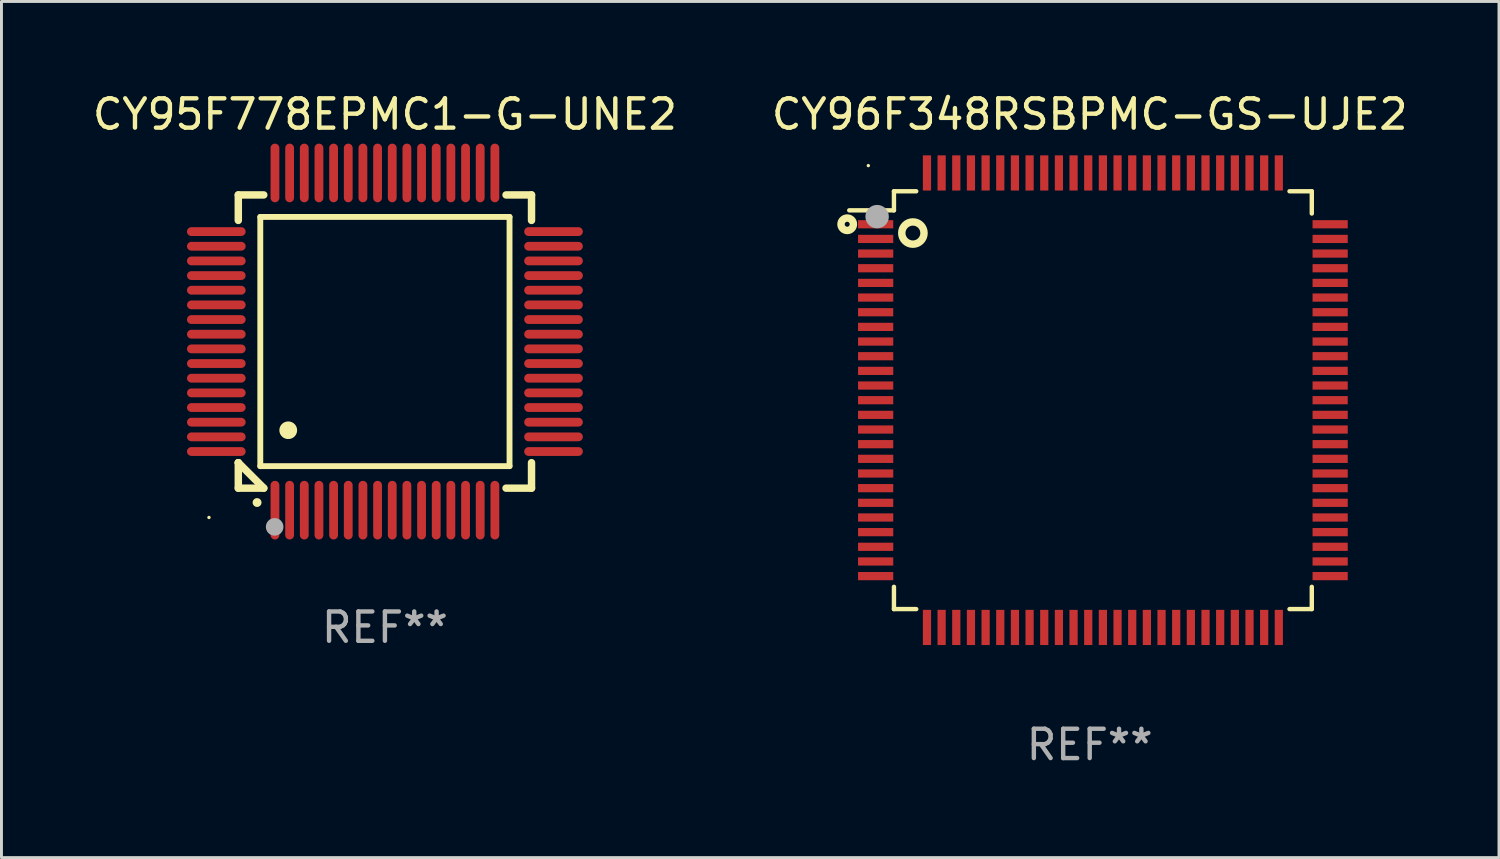
<source format=kicad_pcb>
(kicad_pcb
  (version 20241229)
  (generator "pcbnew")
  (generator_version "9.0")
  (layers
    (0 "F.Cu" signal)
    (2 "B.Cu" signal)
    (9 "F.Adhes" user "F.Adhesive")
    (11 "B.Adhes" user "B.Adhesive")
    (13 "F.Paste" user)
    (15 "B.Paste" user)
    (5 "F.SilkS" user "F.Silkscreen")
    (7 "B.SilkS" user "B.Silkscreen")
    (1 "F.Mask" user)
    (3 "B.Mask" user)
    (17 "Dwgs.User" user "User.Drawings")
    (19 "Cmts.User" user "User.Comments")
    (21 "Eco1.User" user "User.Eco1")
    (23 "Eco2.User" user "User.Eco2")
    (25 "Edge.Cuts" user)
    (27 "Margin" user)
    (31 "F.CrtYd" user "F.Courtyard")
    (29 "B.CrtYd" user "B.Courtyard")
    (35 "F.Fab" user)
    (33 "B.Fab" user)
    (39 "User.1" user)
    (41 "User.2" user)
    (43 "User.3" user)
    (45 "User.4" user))
  (footprint "CY95F778EPMC1-G-UNE2"
    (layer "F.Cu")
    (at 10.077 8.598)
    (property "Reference" "CY95F778EPMC1-G-UNE2" (at 0 -7.75 0) (layer "F.SilkS") (effects (font (size 1 1) (thickness 0.15))))
    (attr through_hole)
    (fp_line (start -5 -5) (end -4.131 -5) (stroke (width 0.254) (type solid)) (layer "F.SilkS"))
    (fp_line (start -5 -4.131) (end -5 -5) (stroke (width 0.254) (type solid)) (layer "F.SilkS"))
    (fp_line (start -5 4.131) (end -5 4.131) (stroke (width 0.254) (type solid)) (layer "F.SilkS"))
    (fp_line (start -5 5) (end -5 4.131) (stroke (width 0.254) (type solid)) (layer "F.SilkS"))
    (fp_line (start -5 4.131) (end -4.131 5) (stroke (width 0.254) (type solid)) (layer "F.SilkS"))
    (fp_line (start -4.25 -4.25) (end -4.25 4.25) (stroke (width 0.2) (type solid)) (layer "F.SilkS"))
    (fp_line (start -4.25 4.25) (end 4.25 4.25) (stroke (width 0.2) (type solid)) (layer "F.SilkS"))
    (fp_line (start -4.131 5) (end -5 5) (stroke (width 0.254) (type solid)) (layer "F.SilkS"))
    (fp_line (start 4.25 -4.25) (end -4.25 -4.25) (stroke (width 0.2) (type solid)) (layer "F.SilkS"))
    (fp_line (start 4.25 4.25) (end 4.25 -4.25) (stroke (width 0.2) (type solid)) (layer "F.SilkS"))
    (fp_line (start 5 -5) (end 4.131 -5) (stroke (width 0.254) (type solid)) (layer "F.SilkS"))
    (fp_line (start 5 -5) (end 5 -4.131) (stroke (width 0.254) (type solid)) (layer "F.SilkS"))
    (fp_line (start 5 4.131) (end 5 5) (stroke (width 0.254) (type solid)) (layer "F.SilkS"))
    (fp_line (start 5 5) (end 4.131 5) (stroke (width 0.254) (type solid)) (layer "F.SilkS"))
    (fp_arc (start -4.361265 5.489992) (mid -4.359995 5.489987) (end -4.358725 5.489992) (stroke (width 0.3) (type solid)) (layer "F.SilkS"))
    (fp_arc (start -3.299467 3.025146) (mid -3.296927 3.025135) (end -3.294387 3.025146) (stroke (width 0.6) (type solid)) (layer "F.SilkS"))
    (fp_circle (center -6 6) (end -5.97 6) (stroke (width 0.06) (type solid)) (fill no) (layer "F.SilkS"))
    (fp_circle (center -3.76 6.32) (end -3.61 6.32) (stroke (width 0.3) (type solid)) (fill no) (layer "F.Fab"))
    (fp_text user "REF**" (at 0 9.75 0) (layer "F.Fab") (effects (font (size 1 1) (thickness 0.15))))
    (pad "1" smd oval (at -3.75 5.75) (size 0.3 2) (layers "F.Cu" "F.Mask" "F.Paste"))
    (pad "2" smd oval (at -3.25 5.75) (size 0.3 2) (layers "F.Cu" "F.Mask" "F.Paste"))
    (pad "3" smd oval (at -2.75 5.75) (size 0.3 2) (layers "F.Cu" "F.Mask" "F.Paste"))
    (pad "4" smd oval (at -2.25 5.75) (size 0.3 2) (layers "F.Cu" "F.Mask" "F.Paste"))
    (pad "5" smd oval (at -1.75 5.75) (size 0.3 2) (layers "F.Cu" "F.Mask" "F.Paste"))
    (pad "6" smd oval (at -1.25 5.75) (size 0.3 2) (layers "F.Cu" "F.Mask" "F.Paste"))
    (pad "7" smd oval (at -0.75 5.75) (size 0.3 2) (layers "F.Cu" "F.Mask" "F.Paste"))
    (pad "8" smd oval (at -0.25 5.75) (size 0.3 2) (layers "F.Cu" "F.Mask" "F.Paste"))
    (pad "9" smd oval (at 0.25 5.75) (size 0.3 2) (layers "F.Cu" "F.Mask" "F.Paste"))
    (pad "10" smd oval (at 0.75 5.75) (size 0.3 2) (layers "F.Cu" "F.Mask" "F.Paste"))
    (pad "11" smd oval (at 1.25 5.75) (size 0.3 2) (layers "F.Cu" "F.Mask" "F.Paste"))
    (pad "12" smd oval (at 1.75 5.75) (size 0.3 2) (layers "F.Cu" "F.Mask" "F.Paste"))
    (pad "13" smd oval (at 2.25 5.75) (size 0.3 2) (layers "F.Cu" "F.Mask" "F.Paste"))
    (pad "14" smd oval (at 2.75 5.75) (size 0.3 2) (layers "F.Cu" "F.Mask" "F.Paste"))
    (pad "15" smd oval (at 3.25 5.75) (size 0.3 2) (layers "F.Cu" "F.Mask" "F.Paste"))
    (pad "16" smd oval (at 3.75 5.75) (size 0.3 2) (layers "F.Cu" "F.Mask" "F.Paste"))
    (pad "17" smd oval (at 5.75 3.75) (size 2 0.3) (layers "F.Cu" "F.Mask" "F.Paste"))
    (pad "18" smd oval (at 5.75 3.25) (size 2 0.3) (layers "F.Cu" "F.Mask" "F.Paste"))
    (pad "19" smd oval (at 5.75 2.75) (size 2 0.3) (layers "F.Cu" "F.Mask" "F.Paste"))
    (pad "20" smd oval (at 5.75 2.25) (size 2 0.3) (layers "F.Cu" "F.Mask" "F.Paste"))
    (pad "21" smd oval (at 5.75 1.75) (size 2 0.3) (layers "F.Cu" "F.Mask" "F.Paste"))
    (pad "22" smd oval (at 5.75 1.25) (size 2 0.3) (layers "F.Cu" "F.Mask" "F.Paste"))
    (pad "23" smd oval (at 5.75 0.75) (size 2 0.3) (layers "F.Cu" "F.Mask" "F.Paste"))
    (pad "24" smd oval (at 5.75 0.25) (size 2 0.3) (layers "F.Cu" "F.Mask" "F.Paste"))
    (pad "25" smd oval (at 5.75 -0.25) (size 2 0.3) (layers "F.Cu" "F.Mask" "F.Paste"))
    (pad "26" smd oval (at 5.75 -0.75) (size 2 0.3) (layers "F.Cu" "F.Mask" "F.Paste"))
    (pad "27" smd oval (at 5.75 -1.25) (size 2 0.3) (layers "F.Cu" "F.Mask" "F.Paste"))
    (pad "28" smd oval (at 5.75 -1.75) (size 2 0.3) (layers "F.Cu" "F.Mask" "F.Paste"))
    (pad "29" smd oval (at 5.75 -2.25) (size 2 0.3) (layers "F.Cu" "F.Mask" "F.Paste"))
    (pad "30" smd oval (at 5.75 -2.75) (size 2 0.3) (layers "F.Cu" "F.Mask" "F.Paste"))
    (pad "31" smd oval (at 5.75 -3.25) (size 2 0.3) (layers "F.Cu" "F.Mask" "F.Paste"))
    (pad "32" smd oval (at 5.75 -3.75) (size 2 0.3) (layers "F.Cu" "F.Mask" "F.Paste"))
    (pad "33" smd oval (at 3.75 -5.75) (size 0.3 2) (layers "F.Cu" "F.Mask" "F.Paste"))
    (pad "34" smd oval (at 3.25 -5.75) (size 0.3 2) (layers "F.Cu" "F.Mask" "F.Paste"))
    (pad "35" smd oval (at 2.75 -5.75) (size 0.3 2) (layers "F.Cu" "F.Mask" "F.Paste"))
    (pad "36" smd oval (at 2.25 -5.75) (size 0.3 2) (layers "F.Cu" "F.Mask" "F.Paste"))
    (pad "37" smd oval (at 1.75 -5.75) (size 0.3 2) (layers "F.Cu" "F.Mask" "F.Paste"))
    (pad "38" smd oval (at 1.25 -5.75) (size 0.3 2) (layers "F.Cu" "F.Mask" "F.Paste"))
    (pad "39" smd oval (at 0.75 -5.75) (size 0.3 2) (layers "F.Cu" "F.Mask" "F.Paste"))
    (pad "40" smd oval (at 0.25 -5.75) (size 0.3 2) (layers "F.Cu" "F.Mask" "F.Paste"))
    (pad "41" smd oval (at -0.25 -5.75) (size 0.3 2) (layers "F.Cu" "F.Mask" "F.Paste"))
    (pad "42" smd oval (at -0.75 -5.75) (size 0.3 2) (layers "F.Cu" "F.Mask" "F.Paste"))
    (pad "43" smd oval (at -1.25 -5.75) (size 0.3 2) (layers "F.Cu" "F.Mask" "F.Paste"))
    (pad "44" smd oval (at -1.75 -5.75) (size 0.3 2) (layers "F.Cu" "F.Mask" "F.Paste"))
    (pad "45" smd oval (at -2.25 -5.75) (size 0.3 2) (layers "F.Cu" "F.Mask" "F.Paste"))
    (pad "46" smd oval (at -2.75 -5.75) (size 0.3 2) (layers "F.Cu" "F.Mask" "F.Paste"))
    (pad "47" smd oval (at -3.25 -5.75) (size 0.3 2) (layers "F.Cu" "F.Mask" "F.Paste"))
    (pad "48" smd oval (at -3.75 -5.75) (size 0.3 2) (layers "F.Cu" "F.Mask" "F.Paste"))
    (pad "49" smd oval (at -5.75 -3.75) (size 2 0.3) (layers "F.Cu" "F.Mask" "F.Paste"))
    (pad "50" smd oval (at -5.75 -3.25) (size 2 0.3) (layers "F.Cu" "F.Mask" "F.Paste"))
    (pad "51" smd oval (at -5.75 -2.75) (size 2 0.3) (layers "F.Cu" "F.Mask" "F.Paste"))
    (pad "52" smd oval (at -5.75 -2.25) (size 2 0.3) (layers "F.Cu" "F.Mask" "F.Paste"))
    (pad "53" smd oval (at -5.75 -1.75) (size 2 0.3) (layers "F.Cu" "F.Mask" "F.Paste"))
    (pad "54" smd oval (at -5.75 -1.25) (size 2 0.3) (layers "F.Cu" "F.Mask" "F.Paste"))
    (pad "55" smd oval (at -5.75 -0.75) (size 2 0.3) (layers "F.Cu" "F.Mask" "F.Paste"))
    (pad "56" smd oval (at -5.75 -0.25) (size 2 0.3) (layers "F.Cu" "F.Mask" "F.Paste"))
    (pad "57" smd oval (at -5.75 0.25) (size 2 0.3) (layers "F.Cu" "F.Mask" "F.Paste"))
    (pad "58" smd oval (at -5.75 0.75) (size 2 0.3) (layers "F.Cu" "F.Mask" "F.Paste"))
    (pad "59" smd oval (at -5.75 1.25) (size 2 0.3) (layers "F.Cu" "F.Mask" "F.Paste"))
    (pad "60" smd oval (at -5.75 1.75) (size 2 0.3) (layers "F.Cu" "F.Mask" "F.Paste"))
    (pad "61" smd oval (at -5.75 2.25) (size 2 0.3) (layers "F.Cu" "F.Mask" "F.Paste"))
    (pad "62" smd oval (at -5.75 2.75) (size 2 0.3) (layers "F.Cu" "F.Mask" "F.Paste"))
    (pad "63" smd oval (at -5.75 3.25) (size 2 0.3) (layers "F.Cu" "F.Mask" "F.Paste"))
    (pad "64" smd oval (at -5.75 3.75) (size 2 0.3) (layers "F.Cu" "F.Mask" "F.Paste")))
  (footprint "CY96F348RSBPMC-GS-UJE2"
    (layer "F.Cu")
    (at 34.113 10.598)
    (property "Reference" "CY96F348RSBPMC-GS-UJE2" (at 0 -9.75 0) (layer "F.SilkS") (effects (font (size 1 1) (thickness 0.15))))
    (attr through_hole)
    (fp_line (start -6.676 -7.125) (end -6.676 -6.475) (stroke (width 0.15) (type solid)) (layer "F.SilkS"))
    (fp_line (start -6.676 -6.475) (end -8.2 -6.475) (stroke (width 0.15) (type solid)) (layer "F.SilkS"))
    (fp_line (start -6.676 7.124) (end -6.676 6.365) (stroke (width 0.15) (type solid)) (layer "F.SilkS"))
    (fp_line (start -5.916 -7.125) (end -6.676 -7.125) (stroke (width 0.15) (type solid)) (layer "F.SilkS"))
    (fp_line (start -5.916 7.124) (end -6.676 7.124) (stroke (width 0.15) (type solid)) (layer "F.SilkS"))
    (fp_line (start 6.814 -7.125) (end 7.574 -7.125) (stroke (width 0.15) (type solid)) (layer "F.SilkS"))
    (fp_line (start 6.814 7.124) (end 7.574 7.124) (stroke (width 0.15) (type solid)) (layer "F.SilkS"))
    (fp_line (start 7.574 -7.125) (end 7.574 -6.366) (stroke (width 0.15) (type solid)) (layer "F.SilkS"))
    (fp_line (start 7.574 7.124) (end 7.574 6.365) (stroke (width 0.15) (type solid)) (layer "F.SilkS"))
    (fp_circle (center -8.27 -6) (end -8.185 -6) (stroke (width 0.254) (type solid)) (fill no) (layer "F.SilkS"))
    (fp_circle (center -7.55 -8) (end -7.52 -8) (stroke (width 0.06) (type solid)) (fill no) (layer "F.SilkS"))
    (fp_circle (center -6.03 -5.7) (end -5.65 -5.7) (stroke (width 0.254) (type solid)) (fill no) (layer "F.SilkS"))
    (fp_circle (center -7.25 -6.26) (end -7.05 -6.26) (stroke (width 0.4) (type solid)) (fill no) (layer "F.Fab"))
    (fp_text user "REF**" (at 0 11.75 0) (layer "F.Fab") (effects (font (size 1 1) (thickness 0.15))))
    (pad "1" smd rect (at -7.3 -6) (size 1.2 0.28) (layers "F.Cu" "F.Mask" "F.Paste"))
    (pad "2" smd rect (at -7.3 -5.5) (size 1.2 0.28) (layers "F.Cu" "F.Mask" "F.Paste"))
    (pad "3" smd rect (at -7.3 -5) (size 1.2 0.28) (layers "F.Cu" "F.Mask" "F.Paste"))
    (pad "4" smd rect (at -7.3 -4.5) (size 1.2 0.28) (layers "F.Cu" "F.Mask" "F.Paste"))
    (pad "5" smd rect (at -7.3 -4) (size 1.2 0.28) (layers "F.Cu" "F.Mask" "F.Paste"))
    (pad "6" smd rect (at -7.3 -3.5) (size 1.2 0.28) (layers "F.Cu" "F.Mask" "F.Paste"))
    (pad "7" smd rect (at -7.3 -3) (size 1.2 0.28) (layers "F.Cu" "F.Mask" "F.Paste"))
    (pad "8" smd rect (at -7.3 -2.5) (size 1.2 0.28) (layers "F.Cu" "F.Mask" "F.Paste"))
    (pad "9" smd rect (at -7.3 -2) (size 1.2 0.28) (layers "F.Cu" "F.Mask" "F.Paste"))
    (pad "10" smd rect (at -7.3 -1.5) (size 1.2 0.28) (layers "F.Cu" "F.Mask" "F.Paste"))
    (pad "11" smd rect (at -7.3 -1) (size 1.2 0.28) (layers "F.Cu" "F.Mask" "F.Paste"))
    (pad "12" smd rect (at -7.3 -0.5) (size 1.2 0.28) (layers "F.Cu" "F.Mask" "F.Paste"))
    (pad "13" smd rect (at -7.3 0) (size 1.2 0.28) (layers "F.Cu" "F.Mask" "F.Paste"))
    (pad "14" smd rect (at -7.3 0.5) (size 1.2 0.28) (layers "F.Cu" "F.Mask" "F.Paste"))
    (pad "15" smd rect (at -7.3 1) (size 1.2 0.28) (layers "F.Cu" "F.Mask" "F.Paste"))
    (pad "16" smd rect (at -7.3 1.5) (size 1.2 0.28) (layers "F.Cu" "F.Mask" "F.Paste"))
    (pad "17" smd rect (at -7.3 2) (size 1.2 0.28) (layers "F.Cu" "F.Mask" "F.Paste"))
    (pad "18" smd rect (at -7.3 2.5) (size 1.2 0.28) (layers "F.Cu" "F.Mask" "F.Paste"))
    (pad "19" smd rect (at -7.3 3) (size 1.2 0.28) (layers "F.Cu" "F.Mask" "F.Paste"))
    (pad "20" smd rect (at -7.3 3.5) (size 1.2 0.28) (layers "F.Cu" "F.Mask" "F.Paste"))
    (pad "21" smd rect (at -7.3 4) (size 1.2 0.28) (layers "F.Cu" "F.Mask" "F.Paste"))
    (pad "22" smd rect (at -7.3 4.5) (size 1.2 0.28) (layers "F.Cu" "F.Mask" "F.Paste"))
    (pad "23" smd rect (at -7.3 5) (size 1.2 0.28) (layers "F.Cu" "F.Mask" "F.Paste"))
    (pad "24" smd rect (at -7.3 5.5) (size 1.2 0.28) (layers "F.Cu" "F.Mask" "F.Paste"))
    (pad "25" smd rect (at -7.3 6) (size 1.2 0.28) (layers "F.Cu" "F.Mask" "F.Paste"))
    (pad "26" smd rect (at -5.55 7.75) (size 0.28 1.2) (layers "F.Cu" "F.Mask" "F.Paste"))
    (pad "27" smd rect (at -5.05 7.75) (size 0.28 1.2) (layers "F.Cu" "F.Mask" "F.Paste"))
    (pad "28" smd rect (at -4.55 7.75) (size 0.28 1.2) (layers "F.Cu" "F.Mask" "F.Paste"))
    (pad "29" smd rect (at -4.05 7.75) (size 0.28 1.2) (layers "F.Cu" "F.Mask" "F.Paste"))
    (pad "30" smd rect (at -3.55 7.75) (size 0.28 1.2) (layers "F.Cu" "F.Mask" "F.Paste"))
    (pad "31" smd rect (at -3.05 7.75) (size 0.28 1.2) (layers "F.Cu" "F.Mask" "F.Paste"))
    (pad "32" smd rect (at -2.55 7.75) (size 0.28 1.2) (layers "F.Cu" "F.Mask" "F.Paste"))
    (pad "33" smd rect (at -2.05 7.75) (size 0.28 1.2) (layers "F.Cu" "F.Mask" "F.Paste"))
    (pad "34" smd rect (at -1.55 7.75) (size 0.28 1.2) (layers "F.Cu" "F.Mask" "F.Paste"))
    (pad "35" smd rect (at -1.05 7.75) (size 0.28 1.2) (layers "F.Cu" "F.Mask" "F.Paste"))
    (pad "36" smd rect (at -0.55 7.75) (size 0.28 1.2) (layers "F.Cu" "F.Mask" "F.Paste"))
    (pad "37" smd rect (at -0.05 7.75) (size 0.28 1.2) (layers "F.Cu" "F.Mask" "F.Paste"))
    (pad "38" smd rect (at 0.45 7.75) (size 0.28 1.2) (layers "F.Cu" "F.Mask" "F.Paste"))
    (pad "39" smd rect (at 0.95 7.75) (size 0.28 1.2) (layers "F.Cu" "F.Mask" "F.Paste"))
    (pad "40" smd rect (at 1.45 7.75) (size 0.28 1.2) (layers "F.Cu" "F.Mask" "F.Paste"))
    (pad "41" smd rect (at 1.95 7.75) (size 0.28 1.2) (layers "F.Cu" "F.Mask" "F.Paste"))
    (pad "42" smd rect (at 2.45 7.75) (size 0.28 1.2) (layers "F.Cu" "F.Mask" "F.Paste"))
    (pad "43" smd rect (at 2.95 7.75) (size 0.28 1.2) (layers "F.Cu" "F.Mask" "F.Paste"))
    (pad "44" smd rect (at 3.45 7.75) (size 0.28 1.2) (layers "F.Cu" "F.Mask" "F.Paste"))
    (pad "45" smd rect (at 3.95 7.75) (size 0.28 1.2) (layers "F.Cu" "F.Mask" "F.Paste"))
    (pad "46" smd rect (at 4.45 7.75) (size 0.28 1.2) (layers "F.Cu" "F.Mask" "F.Paste"))
    (pad "47" smd rect (at 4.95 7.75) (size 0.28 1.2) (layers "F.Cu" "F.Mask" "F.Paste"))
    (pad "48" smd rect (at 5.45 7.75) (size 0.28 1.2) (layers "F.Cu" "F.Mask" "F.Paste"))
    (pad "49" smd rect (at 5.95 7.75) (size 0.28 1.2) (layers "F.Cu" "F.Mask" "F.Paste"))
    (pad "50" smd rect (at 6.45 7.75) (size 0.28 1.2) (layers "F.Cu" "F.Mask" "F.Paste"))
    (pad "51" smd rect (at 8.2 6) (size 1.2 0.28) (layers "F.Cu" "F.Mask" "F.Paste"))
    (pad "52" smd rect (at 8.2 5.5) (size 1.2 0.28) (layers "F.Cu" "F.Mask" "F.Paste"))
    (pad "53" smd rect (at 8.2 5) (size 1.2 0.28) (layers "F.Cu" "F.Mask" "F.Paste"))
    (pad "54" smd rect (at 8.2 4.5) (size 1.2 0.28) (layers "F.Cu" "F.Mask" "F.Paste"))
    (pad "55" smd rect (at 8.2 4) (size 1.2 0.28) (layers "F.Cu" "F.Mask" "F.Paste"))
    (pad "56" smd rect (at 8.2 3.5) (size 1.2 0.28) (layers "F.Cu" "F.Mask" "F.Paste"))
    (pad "57" smd rect (at 8.2 3) (size 1.2 0.28) (layers "F.Cu" "F.Mask" "F.Paste"))
    (pad "58" smd rect (at 8.2 2.5) (size 1.2 0.28) (layers "F.Cu" "F.Mask" "F.Paste"))
    (pad "59" smd rect (at 8.2 2) (size 1.2 0.28) (layers "F.Cu" "F.Mask" "F.Paste"))
    (pad "60" smd rect (at 8.2 1.5) (size 1.2 0.28) (layers "F.Cu" "F.Mask" "F.Paste"))
    (pad "61" smd rect (at 8.2 1) (size 1.2 0.28) (layers "F.Cu" "F.Mask" "F.Paste"))
    (pad "62" smd rect (at 8.2 0.5) (size 1.2 0.28) (layers "F.Cu" "F.Mask" "F.Paste"))
    (pad "63" smd rect (at 8.2 0) (size 1.2 0.28) (layers "F.Cu" "F.Mask" "F.Paste"))
    (pad "64" smd rect (at 8.2 -0.5) (size 1.2 0.28) (layers "F.Cu" "F.Mask" "F.Paste"))
    (pad "65" smd rect (at 8.2 -1) (size 1.2 0.28) (layers "F.Cu" "F.Mask" "F.Paste"))
    (pad "66" smd rect (at 8.2 -1.5) (size 1.2 0.28) (layers "F.Cu" "F.Mask" "F.Paste"))
    (pad "67" smd rect (at 8.2 -2) (size 1.2 0.28) (layers "F.Cu" "F.Mask" "F.Paste"))
    (pad "68" smd rect (at 8.2 -2.5) (size 1.2 0.28) (layers "F.Cu" "F.Mask" "F.Paste"))
    (pad "69" smd rect (at 8.2 -3) (size 1.2 0.28) (layers "F.Cu" "F.Mask" "F.Paste"))
    (pad "70" smd rect (at 8.2 -3.5) (size 1.2 0.28) (layers "F.Cu" "F.Mask" "F.Paste"))
    (pad "71" smd rect (at 8.2 -4) (size 1.2 0.28) (layers "F.Cu" "F.Mask" "F.Paste"))
    (pad "72" smd rect (at 8.2 -4.5) (size 1.2 0.28) (layers "F.Cu" "F.Mask" "F.Paste"))
    (pad "73" smd rect (at 8.2 -5) (size 1.2 0.28) (layers "F.Cu" "F.Mask" "F.Paste"))
    (pad "74" smd rect (at 8.2 -5.5) (size 1.2 0.28) (layers "F.Cu" "F.Mask" "F.Paste"))
    (pad "75" smd rect (at 8.2 -6) (size 1.2 0.28) (layers "F.Cu" "F.Mask" "F.Paste"))
    (pad "76" smd rect (at 6.45 -7.75) (size 0.28 1.2) (layers "F.Cu" "F.Mask" "F.Paste"))
    (pad "77" smd rect (at 5.95 -7.75) (size 0.28 1.2) (layers "F.Cu" "F.Mask" "F.Paste"))
    (pad "78" smd rect (at 5.45 -7.75) (size 0.28 1.2) (layers "F.Cu" "F.Mask" "F.Paste"))
    (pad "79" smd rect (at 4.95 -7.75) (size 0.28 1.2) (layers "F.Cu" "F.Mask" "F.Paste"))
    (pad "80" smd rect (at 4.45 -7.75) (size 0.28 1.2) (layers "F.Cu" "F.Mask" "F.Paste"))
    (pad "81" smd rect (at 3.95 -7.75) (size 0.28 1.2) (layers "F.Cu" "F.Mask" "F.Paste"))
    (pad "82" smd rect (at 3.45 -7.75) (size 0.28 1.2) (layers "F.Cu" "F.Mask" "F.Paste"))
    (pad "83" smd rect (at 2.95 -7.75) (size 0.28 1.2) (layers "F.Cu" "F.Mask" "F.Paste"))
    (pad "84" smd rect (at 2.45 -7.75) (size 0.28 1.2) (layers "F.Cu" "F.Mask" "F.Paste"))
    (pad "85" smd rect (at 1.95 -7.75) (size 0.28 1.2) (layers "F.Cu" "F.Mask" "F.Paste"))
    (pad "86" smd rect (at 1.45 -7.75) (size 0.28 1.2) (layers "F.Cu" "F.Mask" "F.Paste"))
    (pad "87" smd rect (at 0.95 -7.75) (size 0.28 1.2) (layers "F.Cu" "F.Mask" "F.Paste"))
    (pad "88" smd rect (at 0.45 -7.75) (size 0.28 1.2) (layers "F.Cu" "F.Mask" "F.Paste"))
    (pad "89" smd rect (at -0.05 -7.75) (size 0.28 1.2) (layers "F.Cu" "F.Mask" "F.Paste"))
    (pad "90" smd rect (at -0.55 -7.75) (size 0.28 1.2) (layers "F.Cu" "F.Mask" "F.Paste"))
    (pad "91" smd rect (at -1.05 -7.75) (size 0.28 1.2) (layers "F.Cu" "F.Mask" "F.Paste"))
    (pad "92" smd rect (at -1.55 -7.75) (size 0.28 1.2) (layers "F.Cu" "F.Mask" "F.Paste"))
    (pad "93" smd rect (at -2.05 -7.75) (size 0.28 1.2) (layers "F.Cu" "F.Mask" "F.Paste"))
    (pad "94" smd rect (at -2.55 -7.75) (size 0.28 1.2) (layers "F.Cu" "F.Mask" "F.Paste"))
    (pad "95" smd rect (at -3.05 -7.75) (size 0.28 1.2) (layers "F.Cu" "F.Mask" "F.Paste"))
    (pad "96" smd rect (at -3.55 -7.75) (size 0.28 1.2) (layers "F.Cu" "F.Mask" "F.Paste"))
    (pad "97" smd rect (at -4.05 -7.75) (size 0.28 1.2) (layers "F.Cu" "F.Mask" "F.Paste"))
    (pad "98" smd rect (at -4.55 -7.75) (size 0.28 1.2) (layers "F.Cu" "F.Mask" "F.Paste"))
    (pad "99" smd rect (at -5.05 -7.75) (size 0.28 1.2) (layers "F.Cu" "F.Mask" "F.Paste"))
    (pad "100" smd rect (at -5.55 -7.75) (size 0.28 1.2) (layers "F.Cu" "F.Mask" "F.Paste")))
  (gr_rect
    (start -3 -3)
    (end 48.071 26.197)
    (stroke (width 0.1) (type default))
    (fill no)
    (layer "Edge.Cuts")))
</source>
